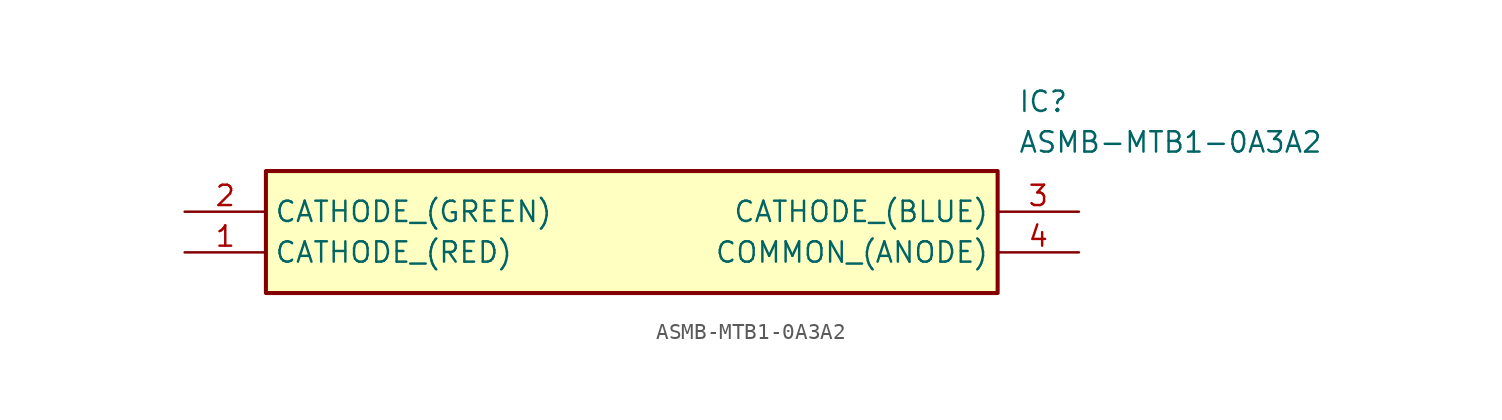
<source format=kicad_sym>
(kicad_symbol_lib
  (version 20231120)
  (generator "kicad_symbol_editor")
  (generator_version "8.0")
  (symbol "ASMB-MTB1-0A3A2"
    (property "Reference" "IC"
      (at 52.07 7.62 0)
      (effects (font (size 1.27 1.27)) (justify left top)))
    (property "Value" "ASMB-MTB1-0A3A2"
      (at 52.07 5.08 0)
      (effects (font (size 1.27 1.27)) (justify left top)))
    (symbol "ASMB-MTB1-0A3A2_1_1"
      (rectangle (start 5.08 2.54) (end 50.8 -5.08) (stroke (width 0.254) (type default)) (fill (type background)))
      (pin input line (at 0 -2.54 0) (length 5.08) (name "CATHODE_(RED)" (effects (font (size 1.27 1.27)))) (number "1" (effects (font (size 1.27 1.27)))))
      (pin input line (at 0 0 0) (length 5.08) (name "CATHODE_(GREEN)" (effects (font (size 1.27 1.27)))) (number "2" (effects (font (size 1.27 1.27)))))
      (pin input line (at 55.88 0 180) (length 5.08) (name "CATHODE_(BLUE)" (effects (font (size 1.27 1.27)))) (number "3" (effects (font (size 1.27 1.27)))))
      (pin power_in line (at 55.88 -2.54 180) (length 5.08) (name "COMMON_(ANODE)" (effects (font (size 1.27 1.27)))) (number "4" (effects (font (size 1.27 1.27))))))))
</source>
